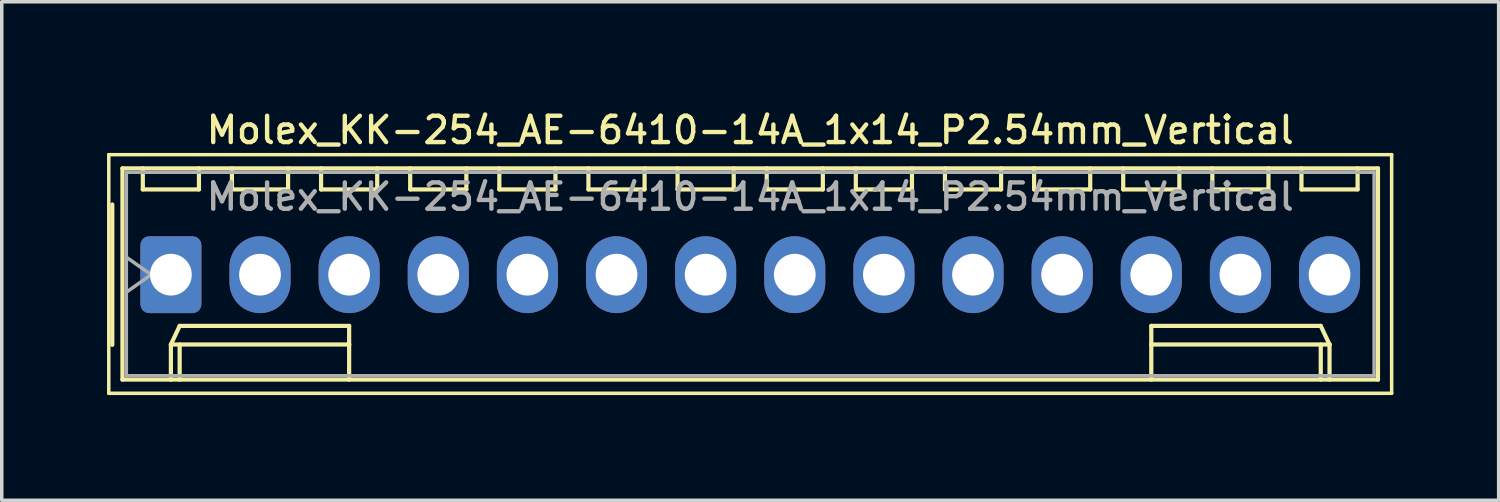
<source format=kicad_pcb>
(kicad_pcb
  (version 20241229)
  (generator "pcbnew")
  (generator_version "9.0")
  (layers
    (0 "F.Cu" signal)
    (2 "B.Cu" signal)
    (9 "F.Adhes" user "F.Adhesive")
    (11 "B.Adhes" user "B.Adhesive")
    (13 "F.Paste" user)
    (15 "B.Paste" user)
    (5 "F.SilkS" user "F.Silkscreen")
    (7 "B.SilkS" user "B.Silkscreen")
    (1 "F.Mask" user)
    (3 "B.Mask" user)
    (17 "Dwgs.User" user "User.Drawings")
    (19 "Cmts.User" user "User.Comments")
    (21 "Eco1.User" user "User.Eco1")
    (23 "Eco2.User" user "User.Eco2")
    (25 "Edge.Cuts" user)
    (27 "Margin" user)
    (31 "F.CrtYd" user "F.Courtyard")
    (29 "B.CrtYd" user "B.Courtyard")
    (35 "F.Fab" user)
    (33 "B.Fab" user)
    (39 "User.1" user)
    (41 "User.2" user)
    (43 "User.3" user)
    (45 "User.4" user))
  (footprint "Molex_KK-254_AE-6410-14A_1x14_P2.54mm_Vertical"
    (layer "F.Cu")
    (at 1.82 4.778)
    (property "Reference" "Molex_KK-254_AE-6410-14A_1x14_P2.54mm_Vertical" (at 16.51 -4.12 0) (layer "F.SilkS") (effects (font (size 0.75 0.75) (thickness 0.125))))
    (attr through_hole)
    (fp_line (start -1.77 -3.42) (end -1.77 3.38) (stroke (width 0.1) (type solid)) (layer "F.SilkS"))
    (fp_line (start -1.77 3.38) (end 34.79 3.38) (stroke (width 0.1) (type solid)) (layer "F.SilkS"))
    (fp_line (start -1.67 -2) (end -1.67 2) (stroke (width 0.12) (type solid)) (layer "F.SilkS"))
    (fp_line (start -1.38 -3.03) (end -1.38 2.99) (stroke (width 0.12) (type solid)) (layer "F.SilkS"))
    (fp_line (start -1.38 2.99) (end 34.4 2.99) (stroke (width 0.12) (type solid)) (layer "F.SilkS"))
    (fp_line (start -0.8 -3.03) (end -0.8 -2.43) (stroke (width 0.12) (type solid)) (layer "F.SilkS"))
    (fp_line (start -0.8 -2.43) (end 0.8 -2.43) (stroke (width 0.12) (type solid)) (layer "F.SilkS"))
    (fp_line (start 0 1.99) (end 0.25 1.46) (stroke (width 0.12) (type solid)) (layer "F.SilkS"))
    (fp_line (start 0 1.99) (end 5.08 1.99) (stroke (width 0.12) (type solid)) (layer "F.SilkS"))
    (fp_line (start 0 2.99) (end 0 1.99) (stroke (width 0.12) (type solid)) (layer "F.SilkS"))
    (fp_line (start 0.25 1.46) (end 5.08 1.46) (stroke (width 0.12) (type solid)) (layer "F.SilkS"))
    (fp_line (start 0.25 2.99) (end 0.25 1.99) (stroke (width 0.12) (type solid)) (layer "F.SilkS"))
    (fp_line (start 0.8 -2.43) (end 0.8 -3.03) (stroke (width 0.12) (type solid)) (layer "F.SilkS"))
    (fp_line (start 1.74 -3.03) (end 1.74 -2.43) (stroke (width 0.12) (type solid)) (layer "F.SilkS"))
    (fp_line (start 1.74 -2.43) (end 3.34 -2.43) (stroke (width 0.12) (type solid)) (layer "F.SilkS"))
    (fp_line (start 3.34 -2.43) (end 3.34 -3.03) (stroke (width 0.12) (type solid)) (layer "F.SilkS"))
    (fp_line (start 4.28 -3.03) (end 4.28 -2.43) (stroke (width 0.12) (type solid)) (layer "F.SilkS"))
    (fp_line (start 4.28 -2.43) (end 5.88 -2.43) (stroke (width 0.12) (type solid)) (layer "F.SilkS"))
    (fp_line (start 5.08 1.46) (end 5.08 1.99) (stroke (width 0.12) (type solid)) (layer "F.SilkS"))
    (fp_line (start 5.08 1.99) (end 5.08 2.99) (stroke (width 0.12) (type solid)) (layer "F.SilkS"))
    (fp_line (start 5.88 -2.43) (end 5.88 -3.03) (stroke (width 0.12) (type solid)) (layer "F.SilkS"))
    (fp_line (start 6.82 -3.03) (end 6.82 -2.43) (stroke (width 0.12) (type solid)) (layer "F.SilkS"))
    (fp_line (start 6.82 -2.43) (end 8.42 -2.43) (stroke (width 0.12) (type solid)) (layer "F.SilkS"))
    (fp_line (start 8.42 -2.43) (end 8.42 -3.03) (stroke (width 0.12) (type solid)) (layer "F.SilkS"))
    (fp_line (start 9.36 -3.03) (end 9.36 -2.43) (stroke (width 0.12) (type solid)) (layer "F.SilkS"))
    (fp_line (start 9.36 -2.43) (end 10.96 -2.43) (stroke (width 0.12) (type solid)) (layer "F.SilkS"))
    (fp_line (start 10.96 -2.43) (end 10.96 -3.03) (stroke (width 0.12) (type solid)) (layer "F.SilkS"))
    (fp_line (start 11.9 -3.03) (end 11.9 -2.43) (stroke (width 0.12) (type solid)) (layer "F.SilkS"))
    (fp_line (start 11.9 -2.43) (end 13.5 -2.43) (stroke (width 0.12) (type solid)) (layer "F.SilkS"))
    (fp_line (start 13.5 -2.43) (end 13.5 -3.03) (stroke (width 0.12) (type solid)) (layer "F.SilkS"))
    (fp_line (start 14.44 -3.03) (end 14.44 -2.43) (stroke (width 0.12) (type solid)) (layer "F.SilkS"))
    (fp_line (start 14.44 -2.43) (end 16.04 -2.43) (stroke (width 0.12) (type solid)) (layer "F.SilkS"))
    (fp_line (start 16.04 -2.43) (end 16.04 -3.03) (stroke (width 0.12) (type solid)) (layer "F.SilkS"))
    (fp_line (start 16.98 -3.03) (end 16.98 -2.43) (stroke (width 0.12) (type solid)) (layer "F.SilkS"))
    (fp_line (start 16.98 -2.43) (end 18.58 -2.43) (stroke (width 0.12) (type solid)) (layer "F.SilkS"))
    (fp_line (start 18.58 -2.43) (end 18.58 -3.03) (stroke (width 0.12) (type solid)) (layer "F.SilkS"))
    (fp_line (start 19.52 -3.03) (end 19.52 -2.43) (stroke (width 0.12) (type solid)) (layer "F.SilkS"))
    (fp_line (start 19.52 -2.43) (end 21.12 -2.43) (stroke (width 0.12) (type solid)) (layer "F.SilkS"))
    (fp_line (start 21.12 -2.43) (end 21.12 -3.03) (stroke (width 0.12) (type solid)) (layer "F.SilkS"))
    (fp_line (start 22.06 -3.03) (end 22.06 -2.43) (stroke (width 0.12) (type solid)) (layer "F.SilkS"))
    (fp_line (start 22.06 -2.43) (end 23.66 -2.43) (stroke (width 0.12) (type solid)) (layer "F.SilkS"))
    (fp_line (start 23.66 -2.43) (end 23.66 -3.03) (stroke (width 0.12) (type solid)) (layer "F.SilkS"))
    (fp_line (start 24.6 -3.03) (end 24.6 -2.43) (stroke (width 0.12) (type solid)) (layer "F.SilkS"))
    (fp_line (start 24.6 -2.43) (end 26.2 -2.43) (stroke (width 0.12) (type solid)) (layer "F.SilkS"))
    (fp_line (start 26.2 -2.43) (end 26.2 -3.03) (stroke (width 0.12) (type solid)) (layer "F.SilkS"))
    (fp_line (start 27.14 -3.03) (end 27.14 -2.43) (stroke (width 0.12) (type solid)) (layer "F.SilkS"))
    (fp_line (start 27.14 -2.43) (end 28.74 -2.43) (stroke (width 0.12) (type solid)) (layer "F.SilkS"))
    (fp_line (start 27.94 1.46) (end 27.94 1.99) (stroke (width 0.12) (type solid)) (layer "F.SilkS"))
    (fp_line (start 27.94 1.99) (end 27.94 2.99) (stroke (width 0.12) (type solid)) (layer "F.SilkS"))
    (fp_line (start 28.74 -2.43) (end 28.74 -3.03) (stroke (width 0.12) (type solid)) (layer "F.SilkS"))
    (fp_line (start 29.68 -3.03) (end 29.68 -2.43) (stroke (width 0.12) (type solid)) (layer "F.SilkS"))
    (fp_line (start 29.68 -2.43) (end 31.28 -2.43) (stroke (width 0.12) (type solid)) (layer "F.SilkS"))
    (fp_line (start 31.28 -2.43) (end 31.28 -3.03) (stroke (width 0.12) (type solid)) (layer "F.SilkS"))
    (fp_line (start 32.22 -3.03) (end 32.22 -2.43) (stroke (width 0.12) (type solid)) (layer "F.SilkS"))
    (fp_line (start 32.22 -2.43) (end 33.82 -2.43) (stroke (width 0.12) (type solid)) (layer "F.SilkS"))
    (fp_line (start 32.77 1.46) (end 27.94 1.46) (stroke (width 0.12) (type solid)) (layer "F.SilkS"))
    (fp_line (start 32.77 2.99) (end 32.77 1.99) (stroke (width 0.12) (type solid)) (layer "F.SilkS"))
    (fp_line (start 33.02 1.99) (end 27.94 1.99) (stroke (width 0.12) (type solid)) (layer "F.SilkS"))
    (fp_line (start 33.02 1.99) (end 32.77 1.46) (stroke (width 0.12) (type solid)) (layer "F.SilkS"))
    (fp_line (start 33.02 2.99) (end 33.02 1.99) (stroke (width 0.12) (type solid)) (layer "F.SilkS"))
    (fp_line (start 33.82 -2.43) (end 33.82 -3.03) (stroke (width 0.12) (type solid)) (layer "F.SilkS"))
    (fp_line (start 34.4 -3.03) (end -1.38 -3.03) (stroke (width 0.12) (type solid)) (layer "F.SilkS"))
    (fp_line (start 34.4 2.99) (end 34.4 -3.03) (stroke (width 0.12) (type solid)) (layer "F.SilkS"))
    (fp_line (start 34.79 -3.42) (end -1.77 -3.42) (stroke (width 0.1) (type solid)) (layer "F.SilkS"))
    (fp_line (start 34.79 3.38) (end 34.79 -3.42) (stroke (width 0.1) (type solid)) (layer "F.SilkS"))
    (fp_line (start -1.27 -2.92) (end -1.27 2.88) (stroke (width 0.1) (type solid)) (layer "F.Fab"))
    (fp_line (start -1.27 -0.5) (end -0.563 0) (stroke (width 0.1) (type solid)) (layer "F.Fab"))
    (fp_line (start -1.27 2.88) (end 34.29 2.88) (stroke (width 0.1) (type solid)) (layer "F.Fab"))
    (fp_line (start -0.563 0) (end -1.27 0.5) (stroke (width 0.1) (type solid)) (layer "F.Fab"))
    (fp_line (start 34.29 -2.92) (end -1.27 -2.92) (stroke (width 0.1) (type solid)) (layer "F.Fab"))
    (fp_line (start 34.29 2.88) (end 34.29 -2.92) (stroke (width 0.1) (type solid)) (layer "F.Fab"))
    (fp_text user "${REFERENCE}" (at 16.51 -2.22 0) (layer "F.Fab") (effects (font (size 0.75 0.75) (thickness 0.125))))
    (pad "1" thru_hole roundrect (at 0 0) (size 1.74 2.19) (drill 1.19) (layers "*.Cu" "*.Mask") (roundrect_rratio 0.144))
    (pad "2" thru_hole oval (at 2.54 0) (size 1.74 2.19) (drill 1.19) (layers "*.Cu" "*.Mask"))
    (pad "3" thru_hole oval (at 5.08 0) (size 1.74 2.19) (drill 1.19) (layers "*.Cu" "*.Mask"))
    (pad "4" thru_hole oval (at 7.62 0) (size 1.74 2.19) (drill 1.19) (layers "*.Cu" "*.Mask"))
    (pad "5" thru_hole oval (at 10.16 0) (size 1.74 2.19) (drill 1.19) (layers "*.Cu" "*.Mask"))
    (pad "6" thru_hole oval (at 12.7 0) (size 1.74 2.19) (drill 1.19) (layers "*.Cu" "*.Mask"))
    (pad "7" thru_hole oval (at 15.24 0) (size 1.74 2.19) (drill 1.19) (layers "*.Cu" "*.Mask"))
    (pad "8" thru_hole oval (at 17.78 0) (size 1.74 2.19) (drill 1.19) (layers "*.Cu" "*.Mask"))
    (pad "9" thru_hole oval (at 20.32 0) (size 1.74 2.19) (drill 1.19) (layers "*.Cu" "*.Mask"))
    (pad "10" thru_hole oval (at 22.86 0) (size 1.74 2.19) (drill 1.19) (layers "*.Cu" "*.Mask"))
    (pad "11" thru_hole oval (at 25.4 0) (size 1.74 2.19) (drill 1.19) (layers "*.Cu" "*.Mask"))
    (pad "12" thru_hole oval (at 27.94 0) (size 1.74 2.19) (drill 1.19) (layers "*.Cu" "*.Mask"))
    (pad "13" thru_hole oval (at 30.48 0) (size 1.74 2.19) (drill 1.19) (layers "*.Cu" "*.Mask"))
    (pad "14" thru_hole oval (at 33.02 0) (size 1.74 2.19) (drill 1.19) (layers "*.Cu" "*.Mask")))
  (gr_rect
    (start -3 -3)
    (end 39.66 11.208)
    (stroke (width 0.1) (type default))
    (fill no)
    (layer "Edge.Cuts")))
</source>
